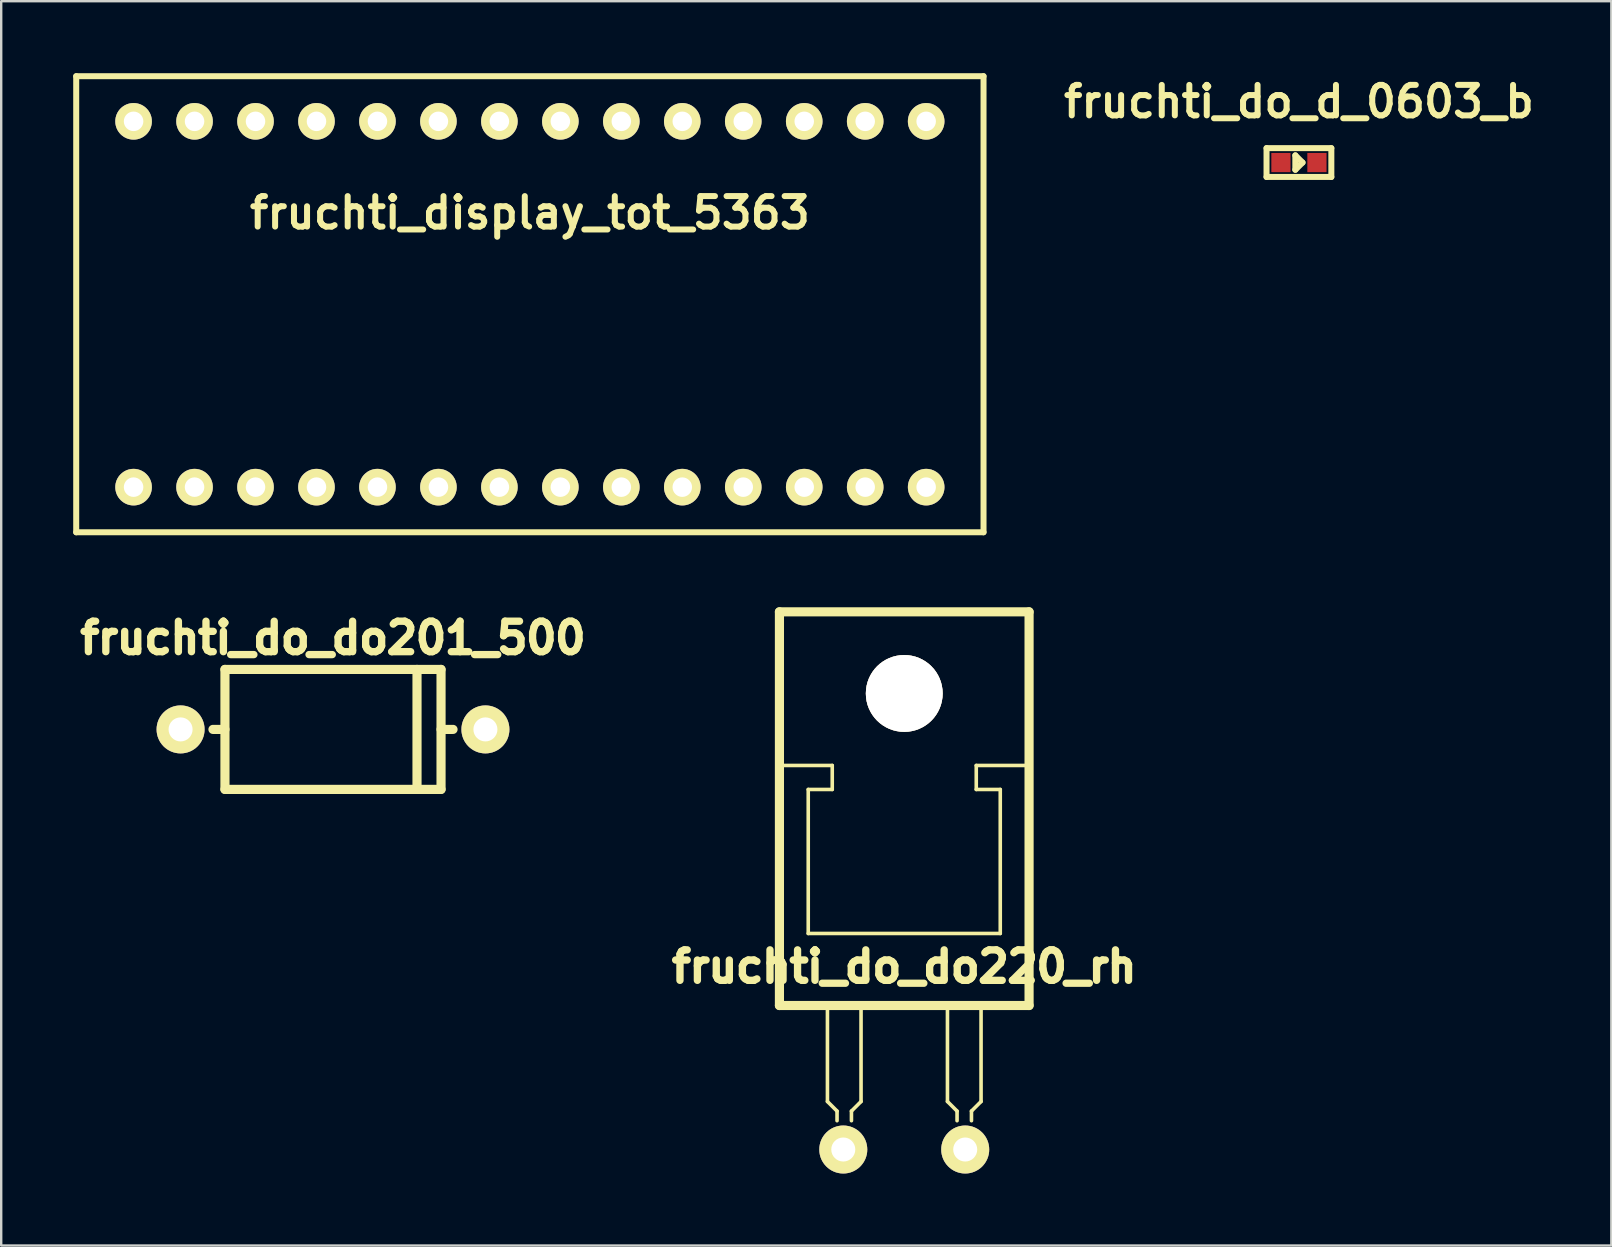
<source format=kicad_pcb>
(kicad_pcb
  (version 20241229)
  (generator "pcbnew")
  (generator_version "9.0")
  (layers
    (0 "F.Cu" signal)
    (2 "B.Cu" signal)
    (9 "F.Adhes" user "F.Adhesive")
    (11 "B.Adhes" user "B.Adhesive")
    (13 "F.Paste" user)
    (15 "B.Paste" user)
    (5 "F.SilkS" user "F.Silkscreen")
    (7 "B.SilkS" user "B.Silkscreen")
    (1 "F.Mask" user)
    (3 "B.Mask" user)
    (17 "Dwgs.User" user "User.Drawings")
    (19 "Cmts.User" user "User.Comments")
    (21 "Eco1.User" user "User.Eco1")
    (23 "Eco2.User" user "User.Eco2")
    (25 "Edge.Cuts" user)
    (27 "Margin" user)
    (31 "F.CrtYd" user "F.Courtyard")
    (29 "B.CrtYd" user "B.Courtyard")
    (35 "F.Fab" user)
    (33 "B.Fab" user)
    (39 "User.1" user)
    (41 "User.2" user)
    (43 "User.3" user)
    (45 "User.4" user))
  (footprint "fruchti_do_do201_500"
    (layer "F.Cu")
    (at 10.823 27.338)
    (property "Reference" "fruchti_do_do201_500" (at 0 -3.81 0) (layer "F.SilkS") (effects (font (size 1.27 1.27) (thickness 0.305))))
    (attr through_hole)
    (fp_line (start -4.501 -2.499) (end -4.501 2.499) (stroke (width 0.381) (type solid)) (layer "F.SilkS"))
    (fp_line (start -4.501 0) (end -5.001 0) (stroke (width 0.381) (type solid)) (layer "F.SilkS"))
    (fp_line (start -4.501 2.499) (end 4.501 2.499) (stroke (width 0.381) (type solid)) (layer "F.SilkS"))
    (fp_line (start 3.5 2.499) (end 3.5 -2.499) (stroke (width 0.381) (type solid)) (layer "F.SilkS"))
    (fp_line (start 4.501 -2.499) (end -4.501 -2.499) (stroke (width 0.381) (type solid)) (layer "F.SilkS"))
    (fp_line (start 4.501 0) (end 5.001 0) (stroke (width 0.381) (type solid)) (layer "F.SilkS"))
    (fp_line (start 4.501 2.499) (end 4.501 -2.499) (stroke (width 0.381) (type solid)) (layer "F.SilkS"))
    (pad "1" thru_hole circle (at -6.35 0) (size 1.999 1.999) (drill 1.001) (layers "*.Cu" "*.Mask" "F.SilkS"))
    (pad "2" thru_hole circle (at 6.35 0) (size 1.999 1.999) (drill 1.001) (layers "*.Cu" "*.Mask" "F.SilkS")))
  (footprint "fruchti_do_d_0603_b"
    (layer "F.Cu")
    (at 51.065 3.722)
    (property "Reference" "fruchti_do_d_0603_b" (at 0 -2.54 0) (layer "F.SilkS") (effects (font (size 1.27 1.27) (thickness 0.25))))
    (attr through_hole)
    (fp_line (start -1.35 -0.6) (end -1.35 0.6) (stroke (width 0.25) (type solid)) (layer "F.SilkS"))
    (fp_line (start -1.35 0.6) (end 1.35 0.6) (stroke (width 0.25) (type solid)) (layer "F.SilkS"))
    (fp_line (start -0.15 -0.3) (end -0.15 0.3) (stroke (width 0.25) (type solid)) (layer "F.SilkS"))
    (fp_line (start -0.15 0.3) (end 0.15 0) (stroke (width 0.25) (type solid)) (layer "F.SilkS"))
    (fp_line (start 0.15 0) (end -0.15 -0.3) (stroke (width 0.25) (type solid)) (layer "F.SilkS"))
    (fp_line (start 1.35 -0.6) (end -1.35 -0.6) (stroke (width 0.25) (type solid)) (layer "F.SilkS"))
    (fp_line (start 1.35 0.6) (end 1.35 -0.6) (stroke (width 0.25) (type solid)) (layer "F.SilkS"))
    (pad "1" smd rect (at -0.75 0) (size 0.8 0.8) (layers "F.Cu" "F.Mask" "F.Paste"))
    (pad "2" smd rect (at 0.75 0) (size 0.8 0.8) (layers "F.Cu" "F.Mask" "F.Paste")))
  (footprint "fruchti_display_tot_5363"
    (layer "F.Cu")
    (at 19.025 9.625)
    (property "Reference" "fruchti_display_tot_5363" (at 0 -3.81 0) (layer "F.SilkS") (effects (font (size 1.27 1.27) (thickness 0.25))))
    (attr through_hole)
    (fp_line (start -18.9 -9.5) (end -18.9 9.5) (stroke (width 0.25) (type solid)) (layer "F.SilkS"))
    (fp_line (start -18.9 9.5) (end 18.9 9.5) (stroke (width 0.25) (type solid)) (layer "F.SilkS"))
    (fp_line (start 18.9 -9.5) (end -18.9 -9.5) (stroke (width 0.25) (type solid)) (layer "F.SilkS"))
    (fp_line (start 18.9 9.5) (end 18.9 -9.5) (stroke (width 0.25) (type solid)) (layer "F.SilkS"))
    (pad "1" thru_hole circle (at -16.51 7.62) (size 1.524 1.524) (drill 0.813) (layers "*.Cu" "*.Mask" "F.SilkS"))
    (pad "2" thru_hole circle (at -13.97 7.62) (size 1.524 1.524) (drill 0.813) (layers "*.Cu" "*.Mask" "F.SilkS"))
    (pad "3" thru_hole circle (at -11.43 7.62) (size 1.524 1.524) (drill 0.813) (layers "*.Cu" "*.Mask" "F.SilkS"))
    (pad "4" thru_hole circle (at -8.89 7.62) (size 1.524 1.524) (drill 0.813) (layers "*.Cu" "*.Mask" "F.SilkS"))
    (pad "5" thru_hole circle (at -6.35 7.62) (size 1.524 1.524) (drill 0.813) (layers "*.Cu" "*.Mask" "F.SilkS"))
    (pad "6" thru_hole circle (at -3.81 7.62) (size 1.524 1.524) (drill 0.813) (layers "*.Cu" "*.Mask" "F.SilkS"))
    (pad "7" thru_hole circle (at -1.27 7.62) (size 1.524 1.524) (drill 0.813) (layers "*.Cu" "*.Mask" "F.SilkS"))
    (pad "8" thru_hole circle (at 1.27 7.62) (size 1.524 1.524) (drill 0.813) (layers "*.Cu" "*.Mask" "F.SilkS"))
    (pad "9" thru_hole circle (at 3.81 7.62) (size 1.524 1.524) (drill 0.813) (layers "*.Cu" "*.Mask" "F.SilkS"))
    (pad "10" thru_hole circle (at 6.35 7.62) (size 1.524 1.524) (drill 0.813) (layers "*.Cu" "*.Mask" "F.SilkS"))
    (pad "11" thru_hole circle (at 8.89 7.62) (size 1.524 1.524) (drill 0.813) (layers "*.Cu" "*.Mask" "F.SilkS"))
    (pad "12" thru_hole circle (at 11.43 7.62) (size 1.524 1.524) (drill 0.813) (layers "*.Cu" "*.Mask" "F.SilkS"))
    (pad "13" thru_hole circle (at 13.97 7.62) (size 1.524 1.524) (drill 0.813) (layers "*.Cu" "*.Mask" "F.SilkS"))
    (pad "14" thru_hole circle (at 16.51 7.62) (size 1.524 1.524) (drill 0.813) (layers "*.Cu" "*.Mask" "F.SilkS"))
    (pad "15" thru_hole circle (at 16.51 -7.62) (size 1.524 1.524) (drill 0.813) (layers "*.Cu" "*.Mask" "F.SilkS"))
    (pad "16" thru_hole circle (at 13.97 -7.62) (size 1.524 1.524) (drill 0.813) (layers "*.Cu" "*.Mask" "F.SilkS"))
    (pad "17" thru_hole circle (at 11.43 -7.62) (size 1.524 1.524) (drill 0.813) (layers "*.Cu" "*.Mask" "F.SilkS"))
    (pad "18" thru_hole circle (at 8.89 -7.62) (size 1.524 1.524) (drill 0.813) (layers "*.Cu" "*.Mask" "F.SilkS"))
    (pad "19" thru_hole circle (at 6.35 -7.62) (size 1.524 1.524) (drill 0.813) (layers "*.Cu" "*.Mask" "F.SilkS"))
    (pad "20" thru_hole circle (at 3.81 -7.62) (size 1.524 1.524) (drill 0.813) (layers "*.Cu" "*.Mask" "F.SilkS"))
    (pad "21" thru_hole circle (at 1.27 -7.62) (size 1.524 1.524) (drill 0.813) (layers "*.Cu" "*.Mask" "F.SilkS"))
    (pad "22" thru_hole circle (at -1.27 -7.62) (size 1.524 1.524) (drill 0.813) (layers "*.Cu" "*.Mask" "F.SilkS"))
    (pad "23" thru_hole circle (at -3.81 -7.62) (size 1.524 1.524) (drill 0.813) (layers "*.Cu" "*.Mask" "F.SilkS"))
    (pad "24" thru_hole circle (at -6.35 -7.62) (size 1.524 1.524) (drill 0.813) (layers "*.Cu" "*.Mask" "F.SilkS"))
    (pad "25" thru_hole circle (at -8.89 -7.62) (size 1.524 1.524) (drill 0.813) (layers "*.Cu" "*.Mask" "F.SilkS"))
    (pad "26" thru_hole circle (at -11.43 -7.62) (size 1.524 1.524) (drill 0.813) (layers "*.Cu" "*.Mask" "F.SilkS"))
    (pad "27" thru_hole circle (at -13.97 -7.62) (size 1.524 1.524) (drill 0.813) (layers "*.Cu" "*.Mask" "F.SilkS"))
    (pad "28" thru_hole circle (at -16.51 -7.62) (size 1.524 1.524) (drill 0.813) (layers "*.Cu" "*.Mask" "F.SilkS")))
  (footprint "fruchti_do_do220_rh"
    (layer "F.Cu")
    (at 34.622 44.84)
    (property "Reference" "fruchti_do_do220_rh" (at 0 -7.62 0) (layer "F.SilkS") (effects (font (size 1.27 1.27) (thickness 0.305))))
    (attr through_hole)
    (fp_line (start -5.2 -22.4) (end 5.2 -22.4) (stroke (width 0.381) (type solid)) (layer "F.SilkS"))
    (fp_line (start -5.2 -6) (end -5.2 -22.4) (stroke (width 0.381) (type solid)) (layer "F.SilkS"))
    (fp_line (start -4 -15) (end -4 -9) (stroke (width 0.15) (type solid)) (layer "F.SilkS"))
    (fp_line (start -4 -15) (end -3 -15) (stroke (width 0.15) (type solid)) (layer "F.SilkS"))
    (fp_line (start -3.2 -6) (end -3.2 -2) (stroke (width 0.15) (type solid)) (layer "F.SilkS"))
    (fp_line (start -3.2 -2) (end -2.8 -1.6) (stroke (width 0.15) (type solid)) (layer "F.SilkS"))
    (fp_line (start -3 -16) (end -5.2 -16) (stroke (width 0.15) (type solid)) (layer "F.SilkS"))
    (fp_line (start -3 -15) (end -3 -16) (stroke (width 0.15) (type solid)) (layer "F.SilkS"))
    (fp_line (start -2.8 -1.6) (end -2.8 -1.2) (stroke (width 0.15) (type solid)) (layer "F.SilkS"))
    (fp_line (start -2.2 -1.6) (end -2.2 -1.2) (stroke (width 0.15) (type solid)) (layer "F.SilkS"))
    (fp_line (start -1.8 -6) (end -1.8 -2) (stroke (width 0.15) (type solid)) (layer "F.SilkS"))
    (fp_line (start -1.8 -2) (end -2.2 -1.6) (stroke (width 0.15) (type solid)) (layer "F.SilkS"))
    (fp_line (start 1.8 -2) (end 1.8 -6) (stroke (width 0.15) (type solid)) (layer "F.SilkS"))
    (fp_line (start 1.8 -2) (end 2.2 -1.6) (stroke (width 0.15) (type solid)) (layer "F.SilkS"))
    (fp_line (start 2.2 -1.6) (end 2.2 -1.2) (stroke (width 0.15) (type solid)) (layer "F.SilkS"))
    (fp_line (start 2.8 -1.6) (end 2.8 -1.2) (stroke (width 0.15) (type solid)) (layer "F.SilkS"))
    (fp_line (start 3 -16) (end 5.2 -16) (stroke (width 0.15) (type solid)) (layer "F.SilkS"))
    (fp_line (start 3 -15) (end 3 -16) (stroke (width 0.15) (type solid)) (layer "F.SilkS"))
    (fp_line (start 3.2 -2) (end 2.8 -1.6) (stroke (width 0.15) (type solid)) (layer "F.SilkS"))
    (fp_line (start 3.2 -2) (end 3.2 -6) (stroke (width 0.15) (type solid)) (layer "F.SilkS"))
    (fp_line (start 4 -15) (end 3 -15) (stroke (width 0.15) (type solid)) (layer "F.SilkS"))
    (fp_line (start 4 -9) (end -4 -9) (stroke (width 0.15) (type solid)) (layer "F.SilkS"))
    (fp_line (start 4 -9) (end 4 -15) (stroke (width 0.15) (type solid)) (layer "F.SilkS"))
    (fp_line (start 5.2 -22.4) (end 5.2 -6) (stroke (width 0.381) (type solid)) (layer "F.SilkS"))
    (fp_line (start 5.2 -6) (end -5.2 -6) (stroke (width 0.381) (type solid)) (layer "F.SilkS"))
    (pad "1" thru_hole circle (at 2.54 0) (size 1.999 1.999) (drill 1.001) (layers "*.Cu" "*.Mask" "F.SilkS"))
    (pad "3" thru_hole circle (at -2.54 0) (size 1.999 1.999) (drill 1.001) (layers "*.Cu" "*.Mask" "F.SilkS"))
    (pad "T" thru_hole circle (at 0 -19) (size 3.2 3.2) (drill 3.2) (layers "*.Cu" "*.Mask" "F.SilkS")))
  (gr_rect
    (start -3 -3)
    (end 64.08 48.84)
    (stroke (width 0.1) (type default))
    (fill no)
    (layer "Edge.Cuts")))
</source>
